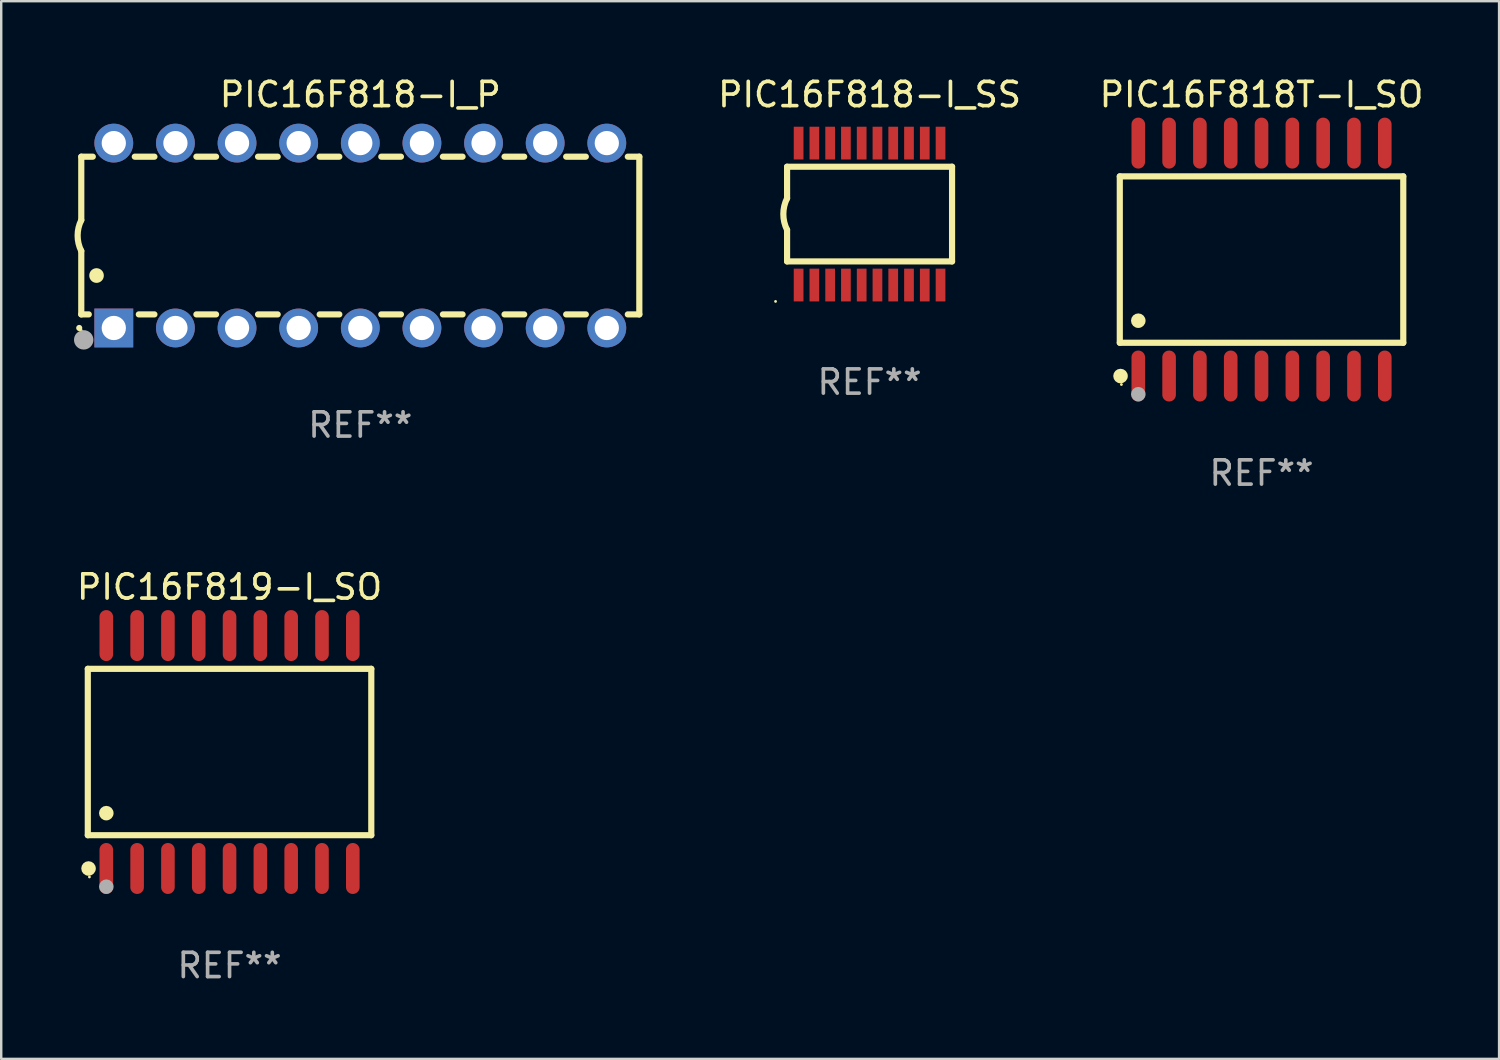
<source format=kicad_pcb>
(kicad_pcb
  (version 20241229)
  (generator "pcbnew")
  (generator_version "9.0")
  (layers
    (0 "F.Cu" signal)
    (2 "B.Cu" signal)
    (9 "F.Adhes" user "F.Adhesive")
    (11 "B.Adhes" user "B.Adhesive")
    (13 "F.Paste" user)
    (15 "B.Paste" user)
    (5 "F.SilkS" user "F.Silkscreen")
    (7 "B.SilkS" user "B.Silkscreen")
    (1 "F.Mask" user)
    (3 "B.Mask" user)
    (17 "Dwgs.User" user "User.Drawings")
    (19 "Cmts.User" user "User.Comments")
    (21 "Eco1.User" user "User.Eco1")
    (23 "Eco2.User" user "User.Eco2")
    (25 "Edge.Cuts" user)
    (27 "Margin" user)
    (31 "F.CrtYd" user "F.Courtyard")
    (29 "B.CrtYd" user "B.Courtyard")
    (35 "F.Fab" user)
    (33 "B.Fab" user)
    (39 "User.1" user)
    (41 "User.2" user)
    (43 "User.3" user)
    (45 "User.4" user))
  (footprint "PIC16F819-I_SO"
    (layer "F.Cu")
    (at 6.411 27.945)
    (property "Reference" "PIC16F819-I_SO" (at 0 -6.8 0) (layer "F.SilkS") (effects (font (size 1 1) (thickness 0.15))))
    (attr through_hole)
    (fp_line (start -5.842 -3.429) (end -5.842 3.429) (stroke (width 0.254) (type solid)) (layer "F.SilkS"))
    (fp_line (start -5.842 3.429) (end 5.842 3.429) (stroke (width 0.254) (type solid)) (layer "F.SilkS"))
    (fp_line (start 5.842 -3.429) (end -5.842 -3.429) (stroke (width 0.254) (type solid)) (layer "F.SilkS"))
    (fp_line (start 5.842 3.429) (end 5.842 -3.429) (stroke (width 0.254) (type solid)) (layer "F.SilkS"))
    (fp_circle (center -5.812 4.8) (end -5.662 4.8) (stroke (width 0.3) (type solid)) (fill no) (layer "F.SilkS"))
    (fp_circle (center -5.775 5.15) (end -5.745 5.15) (stroke (width 0.06) (type solid)) (fill no) (layer "F.SilkS"))
    (fp_circle (center -5.08 2.519) (end -4.93 2.519) (stroke (width 0.3) (type solid)) (fill no) (layer "F.SilkS"))
    (fp_circle (center -5.08 5.55) (end -4.93 5.55) (stroke (width 0.3) (type solid)) (fill no) (layer "F.Fab"))
    (fp_text user "REF**" (at 0 8.8 0) (layer "F.Fab") (effects (font (size 1 1) (thickness 0.15))))
    (pad "1" smd oval (at -5.08 4.8) (size 0.56 2.1) (layers "F.Cu" "F.Mask" "F.Paste"))
    (pad "2" smd oval (at -3.81 4.8) (size 0.56 2.1) (layers "F.Cu" "F.Mask" "F.Paste"))
    (pad "3" smd oval (at -2.54 4.8) (size 0.56 2.1) (layers "F.Cu" "F.Mask" "F.Paste"))
    (pad "4" smd oval (at -1.27 4.8) (size 0.56 2.1) (layers "F.Cu" "F.Mask" "F.Paste"))
    (pad "5" smd oval (at 0 4.8) (size 0.56 2.1) (layers "F.Cu" "F.Mask" "F.Paste"))
    (pad "6" smd oval (at 1.27 4.8) (size 0.56 2.1) (layers "F.Cu" "F.Mask" "F.Paste"))
    (pad "7" smd oval (at 2.54 4.8) (size 0.56 2.1) (layers "F.Cu" "F.Mask" "F.Paste"))
    (pad "8" smd oval (at 3.81 4.8) (size 0.56 2.1) (layers "F.Cu" "F.Mask" "F.Paste"))
    (pad "9" smd oval (at 5.08 4.8) (size 0.56 2.1) (layers "F.Cu" "F.Mask" "F.Paste"))
    (pad "10" smd oval (at 5.08 -4.8) (size 0.56 2.1) (layers "F.Cu" "F.Mask" "F.Paste"))
    (pad "11" smd oval (at 3.81 -4.8) (size 0.56 2.1) (layers "F.Cu" "F.Mask" "F.Paste"))
    (pad "12" smd oval (at 2.54 -4.8) (size 0.56 2.1) (layers "F.Cu" "F.Mask" "F.Paste"))
    (pad "13" smd oval (at 1.27 -4.8) (size 0.56 2.1) (layers "F.Cu" "F.Mask" "F.Paste"))
    (pad "14" smd oval (at 0 -4.8) (size 0.56 2.1) (layers "F.Cu" "F.Mask" "F.Paste"))
    (pad "15" smd oval (at -1.27 -4.8) (size 0.56 2.1) (layers "F.Cu" "F.Mask" "F.Paste"))
    (pad "16" smd oval (at -2.54 -4.8) (size 0.56 2.1) (layers "F.Cu" "F.Mask" "F.Paste"))
    (pad "17" smd oval (at -3.81 -4.8) (size 0.56 2.1) (layers "F.Cu" "F.Mask" "F.Paste"))
    (pad "18" smd oval (at -5.08 -4.8) (size 0.56 2.1) (layers "F.Cu" "F.Mask" "F.Paste")))
  (footprint "PIC16F818-I_SS"
    (layer "F.Cu")
    (at 32.79 5.773)
    (property "Reference" "PIC16F818-I_SS" (at 0 -4.925 0) (layer "F.SilkS") (effects (font (size 1 1) (thickness 0.15))))
    (attr through_hole)
    (fp_line (start -3.4 -1.951) (end -3.4 -0.65) (stroke (width 0.254) (type solid)) (layer "F.SilkS"))
    (fp_line (start -3.4 -1.951) (end 3.4 -1.951) (stroke (width 0.254) (type solid)) (layer "F.SilkS"))
    (fp_line (start -3.4 1.951) (end -3.4 0.65) (stroke (width 0.254) (type solid)) (layer "F.SilkS"))
    (fp_line (start -3.4 1.951) (end 3.4 1.951) (stroke (width 0.254) (type solid)) (layer "F.SilkS"))
    (fp_line (start 3.4 -1.951) (end 3.4 1.951) (stroke (width 0.254) (type solid)) (layer "F.SilkS"))
    (fp_arc (start -3.401067 0.650114) (mid -3.554162 -0.000076) (end -3.4 -0.650013) (stroke (width 0.254001) (type solid)) (layer "F.SilkS"))
    (fp_circle (center -3.875 3.6) (end -3.845 3.6) (stroke (width 0.06) (type solid)) (fill no) (layer "F.SilkS"))
    (fp_text user "REF**" (at 0 6.925 0) (layer "F.Fab") (effects (font (size 1 1) (thickness 0.15))))
    (pad "1" smd rect (at -2.925 2.925 180) (size 0.4 1.35) (layers "F.Cu" "F.Mask" "F.Paste"))
    (pad "2" smd rect (at -2.275 2.925 180) (size 0.4 1.35) (layers "F.Cu" "F.Mask" "F.Paste"))
    (pad "3" smd rect (at -1.625 2.925 180) (size 0.4 1.35) (layers "F.Cu" "F.Mask" "F.Paste"))
    (pad "4" smd rect (at -0.975 2.925 180) (size 0.4 1.35) (layers "F.Cu" "F.Mask" "F.Paste"))
    (pad "5" smd rect (at -0.325 2.925 180) (size 0.4 1.35) (layers "F.Cu" "F.Mask" "F.Paste"))
    (pad "6" smd rect (at 0.325 2.925 180) (size 0.4 1.35) (layers "F.Cu" "F.Mask" "F.Paste"))
    (pad "7" smd rect (at 0.975 2.925 180) (size 0.4 1.35) (layers "F.Cu" "F.Mask" "F.Paste"))
    (pad "8" smd rect (at 1.625 2.925 180) (size 0.4 1.35) (layers "F.Cu" "F.Mask" "F.Paste"))
    (pad "9" smd rect (at 2.275 2.925 180) (size 0.4 1.35) (layers "F.Cu" "F.Mask" "F.Paste"))
    (pad "10" smd rect (at 2.925 2.925 180) (size 0.4 1.35) (layers "F.Cu" "F.Mask" "F.Paste"))
    (pad "11" smd rect (at 2.925 -2.925 180) (size 0.4 1.35) (layers "F.Cu" "F.Mask" "F.Paste"))
    (pad "12" smd rect (at 2.275 -2.925 180) (size 0.4 1.35) (layers "F.Cu" "F.Mask" "F.Paste"))
    (pad "13" smd rect (at 1.625 -2.925 180) (size 0.4 1.35) (layers "F.Cu" "F.Mask" "F.Paste"))
    (pad "14" smd rect (at 0.975 -2.925 180) (size 0.4 1.35) (layers "F.Cu" "F.Mask" "F.Paste"))
    (pad "15" smd rect (at 0.325 -2.925 180) (size 0.4 1.35) (layers "F.Cu" "F.Mask" "F.Paste"))
    (pad "16" smd rect (at -0.325 -2.925 180) (size 0.4 1.35) (layers "F.Cu" "F.Mask" "F.Paste"))
    (pad "17" smd rect (at -0.975 -2.925 180) (size 0.4 1.35) (layers "F.Cu" "F.Mask" "F.Paste"))
    (pad "18" smd rect (at -1.625 -2.925 180) (size 0.4 1.35) (layers "F.Cu" "F.Mask" "F.Paste"))
    (pad "19" smd rect (at -2.275 -2.925 180) (size 0.4 1.35) (layers "F.Cu" "F.Mask" "F.Paste"))
    (pad "20" smd rect (at -2.925 -2.925 180) (size 0.4 1.35) (layers "F.Cu" "F.Mask" "F.Paste")))
  (footprint "PIC16F818-I_P"
    (layer "F.Cu")
    (at 11.8 6.658)
    (property "Reference" "PIC16F818-I_P" (at 0 -5.81 0) (layer "F.SilkS") (effects (font (size 1 1) (thickness 0.15))))
    (attr through_hole)
    (fp_line (start -11.5 -3.25) (end -11.5 -0.635) (stroke (width 0.254) (type solid)) (layer "F.SilkS"))
    (fp_line (start -11.5 3.25) (end -11.5 0.635) (stroke (width 0.254) (type solid)) (layer "F.SilkS"))
    (fp_line (start -11.5 3.25) (end -11.191 3.25) (stroke (width 0.254) (type solid)) (layer "F.SilkS"))
    (fp_line (start -11.025 -3.25) (end -11.5 -3.25) (stroke (width 0.254) (type solid)) (layer "F.SilkS"))
    (fp_line (start -9.129 3.25) (end -8.485 3.25) (stroke (width 0.254) (type solid)) (layer "F.SilkS"))
    (fp_line (start -8.485 -3.25) (end -9.295 -3.25) (stroke (width 0.254) (type solid)) (layer "F.SilkS"))
    (fp_line (start -6.755 3.25) (end -5.945 3.25) (stroke (width 0.254) (type solid)) (layer "F.SilkS"))
    (fp_line (start -5.945 -3.25) (end -6.755 -3.25) (stroke (width 0.254) (type solid)) (layer "F.SilkS"))
    (fp_line (start -4.215 3.25) (end -3.405 3.25) (stroke (width 0.254) (type solid)) (layer "F.SilkS"))
    (fp_line (start -3.405 -3.25) (end -4.215 -3.25) (stroke (width 0.254) (type solid)) (layer "F.SilkS"))
    (fp_line (start -1.675 3.25) (end -0.865 3.25) (stroke (width 0.254) (type solid)) (layer "F.SilkS"))
    (fp_line (start -0.865 -3.25) (end -1.675 -3.25) (stroke (width 0.254) (type solid)) (layer "F.SilkS"))
    (fp_line (start 0.865 3.25) (end 1.675 3.25) (stroke (width 0.254) (type solid)) (layer "F.SilkS"))
    (fp_line (start 1.675 -3.25) (end 0.865 -3.25) (stroke (width 0.254) (type solid)) (layer "F.SilkS"))
    (fp_line (start 3.405 3.25) (end 4.215 3.25) (stroke (width 0.254) (type solid)) (layer "F.SilkS"))
    (fp_line (start 4.215 -3.25) (end 3.405 -3.25) (stroke (width 0.254) (type solid)) (layer "F.SilkS"))
    (fp_line (start 5.945 3.25) (end 6.755 3.25) (stroke (width 0.254) (type solid)) (layer "F.SilkS"))
    (fp_line (start 6.755 -3.25) (end 5.945 -3.25) (stroke (width 0.254) (type solid)) (layer "F.SilkS"))
    (fp_line (start 8.485 3.25) (end 9.295 3.25) (stroke (width 0.254) (type solid)) (layer "F.SilkS"))
    (fp_line (start 9.295 -3.25) (end 8.485 -3.25) (stroke (width 0.254) (type solid)) (layer "F.SilkS"))
    (fp_line (start 11.025 3.25) (end 11.5 3.25) (stroke (width 0.254) (type solid)) (layer "F.SilkS"))
    (fp_line (start 11.5 -3.25) (end 11.025 -3.25) (stroke (width 0.254) (type solid)) (layer "F.SilkS"))
    (fp_line (start 11.5 -3.25) (end 11.5 3.25) (stroke (width 0.254) (type solid)) (layer "F.SilkS"))
    (fp_arc (start -11.584963 3.810008) (mid -11.58497 3.808738) (end -11.584963 3.807468) (stroke (width 0.25) (type solid)) (layer "F.SilkS"))
    (fp_arc (start -11.501143 0.635001) (mid -11.650665 -0.000132) (end -11.500025 -0.635001) (stroke (width 0.254001) (type solid)) (layer "F.SilkS"))
    (fp_arc (start -10.871222 1.651003) (mid -10.871233 1.648463) (end -10.871222 1.645923) (stroke (width 0.6) (type solid)) (layer "F.SilkS"))
    (fp_circle (center -11.5 3.91) (end -11.47 3.91) (stroke (width 0.06) (type solid)) (fill no) (layer "F.SilkS"))
    (fp_circle (center -11.4 4.3) (end -11.2 4.3) (stroke (width 0.4) (type solid)) (fill no) (layer "F.Fab"))
    (fp_text user "REF**" (at 0 7.81 0) (layer "F.Fab") (effects (font (size 1 1) (thickness 0.15))))
    (pad "1" thru_hole rect (at -10.16 3.81 90) (size 1.6 1.6) (drill 1) (layers "*.Cu" "*.Mask"))
    (pad "2" thru_hole circle (at -7.62 3.81 90) (size 1.6 1.6) (drill 1) (layers "*.Cu" "*.Mask"))
    (pad "3" thru_hole circle (at -5.08 3.81 90) (size 1.6 1.6) (drill 1) (layers "*.Cu" "*.Mask"))
    (pad "4" thru_hole circle (at -2.54 3.81 90) (size 1.6 1.6) (drill 1) (layers "*.Cu" "*.Mask"))
    (pad "5" thru_hole circle (at 0 3.81 90) (size 1.6 1.6) (drill 1) (layers "*.Cu" "*.Mask"))
    (pad "6" thru_hole circle (at 2.54 3.81 90) (size 1.6 1.6) (drill 1) (layers "*.Cu" "*.Mask"))
    (pad "7" thru_hole circle (at 5.08 3.81 90) (size 1.6 1.6) (drill 1) (layers "*.Cu" "*.Mask"))
    (pad "8" thru_hole circle (at 7.62 3.81 90) (size 1.6 1.6) (drill 1) (layers "*.Cu" "*.Mask"))
    (pad "9" thru_hole circle (at 10.16 3.81 90) (size 1.6 1.6) (drill 1) (layers "*.Cu" "*.Mask"))
    (pad "10" thru_hole circle (at 10.16 -3.81 90) (size 1.6 1.6) (drill 1) (layers "*.Cu" "*.Mask"))
    (pad "11" thru_hole circle (at 7.62 -3.81 90) (size 1.6 1.6) (drill 1) (layers "*.Cu" "*.Mask"))
    (pad "12" thru_hole circle (at 5.08 -3.81 90) (size 1.6 1.6) (drill 1) (layers "*.Cu" "*.Mask"))
    (pad "13" thru_hole circle (at 2.54 -3.81 90) (size 1.6 1.6) (drill 1) (layers "*.Cu" "*.Mask"))
    (pad "14" thru_hole circle (at 0 -3.81 90) (size 1.6 1.6) (drill 1) (layers "*.Cu" "*.Mask"))
    (pad "15" thru_hole circle (at -2.54 -3.81 90) (size 1.6 1.6) (drill 1) (layers "*.Cu" "*.Mask"))
    (pad "16" thru_hole circle (at -5.08 -3.81 90) (size 1.6 1.6) (drill 1) (layers "*.Cu" "*.Mask"))
    (pad "17" thru_hole circle (at -7.62 -3.81 90) (size 1.6 1.6) (drill 1) (layers "*.Cu" "*.Mask"))
    (pad "18" thru_hole circle (at -10.16 -3.81 90) (size 1.6 1.6) (drill 1) (layers "*.Cu" "*.Mask")))
  (footprint "PIC16F818T-I_SO"
    (layer "F.Cu")
    (at 48.945 7.648)
    (property "Reference" "PIC16F818T-I_SO" (at 0 -6.8 0) (layer "F.SilkS") (effects (font (size 1 1) (thickness 0.15))))
    (attr through_hole)
    (fp_line (start -5.842 -3.429) (end -5.842 3.429) (stroke (width 0.254) (type solid)) (layer "F.SilkS"))
    (fp_line (start -5.842 3.429) (end 5.842 3.429) (stroke (width 0.254) (type solid)) (layer "F.SilkS"))
    (fp_line (start 5.842 -3.429) (end -5.842 -3.429) (stroke (width 0.254) (type solid)) (layer "F.SilkS"))
    (fp_line (start 5.842 3.429) (end 5.842 -3.429) (stroke (width 0.254) (type solid)) (layer "F.SilkS"))
    (fp_circle (center -5.812 4.8) (end -5.662 4.8) (stroke (width 0.3) (type solid)) (fill no) (layer "F.SilkS"))
    (fp_circle (center -5.775 5.15) (end -5.745 5.15) (stroke (width 0.06) (type solid)) (fill no) (layer "F.SilkS"))
    (fp_circle (center -5.08 2.519) (end -4.93 2.519) (stroke (width 0.3) (type solid)) (fill no) (layer "F.SilkS"))
    (fp_circle (center -5.08 5.55) (end -4.93 5.55) (stroke (width 0.3) (type solid)) (fill no) (layer "F.Fab"))
    (fp_text user "REF**" (at 0 8.8 0) (layer "F.Fab") (effects (font (size 1 1) (thickness 0.15))))
    (pad "1" smd oval (at -5.08 4.8) (size 0.56 2.1) (layers "F.Cu" "F.Mask" "F.Paste"))
    (pad "2" smd oval (at -3.81 4.8) (size 0.56 2.1) (layers "F.Cu" "F.Mask" "F.Paste"))
    (pad "3" smd oval (at -2.54 4.8) (size 0.56 2.1) (layers "F.Cu" "F.Mask" "F.Paste"))
    (pad "4" smd oval (at -1.27 4.8) (size 0.56 2.1) (layers "F.Cu" "F.Mask" "F.Paste"))
    (pad "5" smd oval (at 0 4.8) (size 0.56 2.1) (layers "F.Cu" "F.Mask" "F.Paste"))
    (pad "6" smd oval (at 1.27 4.8) (size 0.56 2.1) (layers "F.Cu" "F.Mask" "F.Paste"))
    (pad "7" smd oval (at 2.54 4.8) (size 0.56 2.1) (layers "F.Cu" "F.Mask" "F.Paste"))
    (pad "8" smd oval (at 3.81 4.8) (size 0.56 2.1) (layers "F.Cu" "F.Mask" "F.Paste"))
    (pad "9" smd oval (at 5.08 4.8) (size 0.56 2.1) (layers "F.Cu" "F.Mask" "F.Paste"))
    (pad "10" smd oval (at 5.08 -4.8) (size 0.56 2.1) (layers "F.Cu" "F.Mask" "F.Paste"))
    (pad "11" smd oval (at 3.81 -4.8) (size 0.56 2.1) (layers "F.Cu" "F.Mask" "F.Paste"))
    (pad "12" smd oval (at 2.54 -4.8) (size 0.56 2.1) (layers "F.Cu" "F.Mask" "F.Paste"))
    (pad "13" smd oval (at 1.27 -4.8) (size 0.56 2.1) (layers "F.Cu" "F.Mask" "F.Paste"))
    (pad "14" smd oval (at 0 -4.8) (size 0.56 2.1) (layers "F.Cu" "F.Mask" "F.Paste"))
    (pad "15" smd oval (at -1.27 -4.8) (size 0.56 2.1) (layers "F.Cu" "F.Mask" "F.Paste"))
    (pad "16" smd oval (at -2.54 -4.8) (size 0.56 2.1) (layers "F.Cu" "F.Mask" "F.Paste"))
    (pad "17" smd oval (at -3.81 -4.8) (size 0.56 2.1) (layers "F.Cu" "F.Mask" "F.Paste"))
    (pad "18" smd oval (at -5.08 -4.8) (size 0.56 2.1) (layers "F.Cu" "F.Mask" "F.Paste")))
  (gr_rect
    (start -3 -3)
    (end 58.736 40.593)
    (stroke (width 0.1) (type default))
    (fill no)
    (layer "Edge.Cuts")))
</source>
